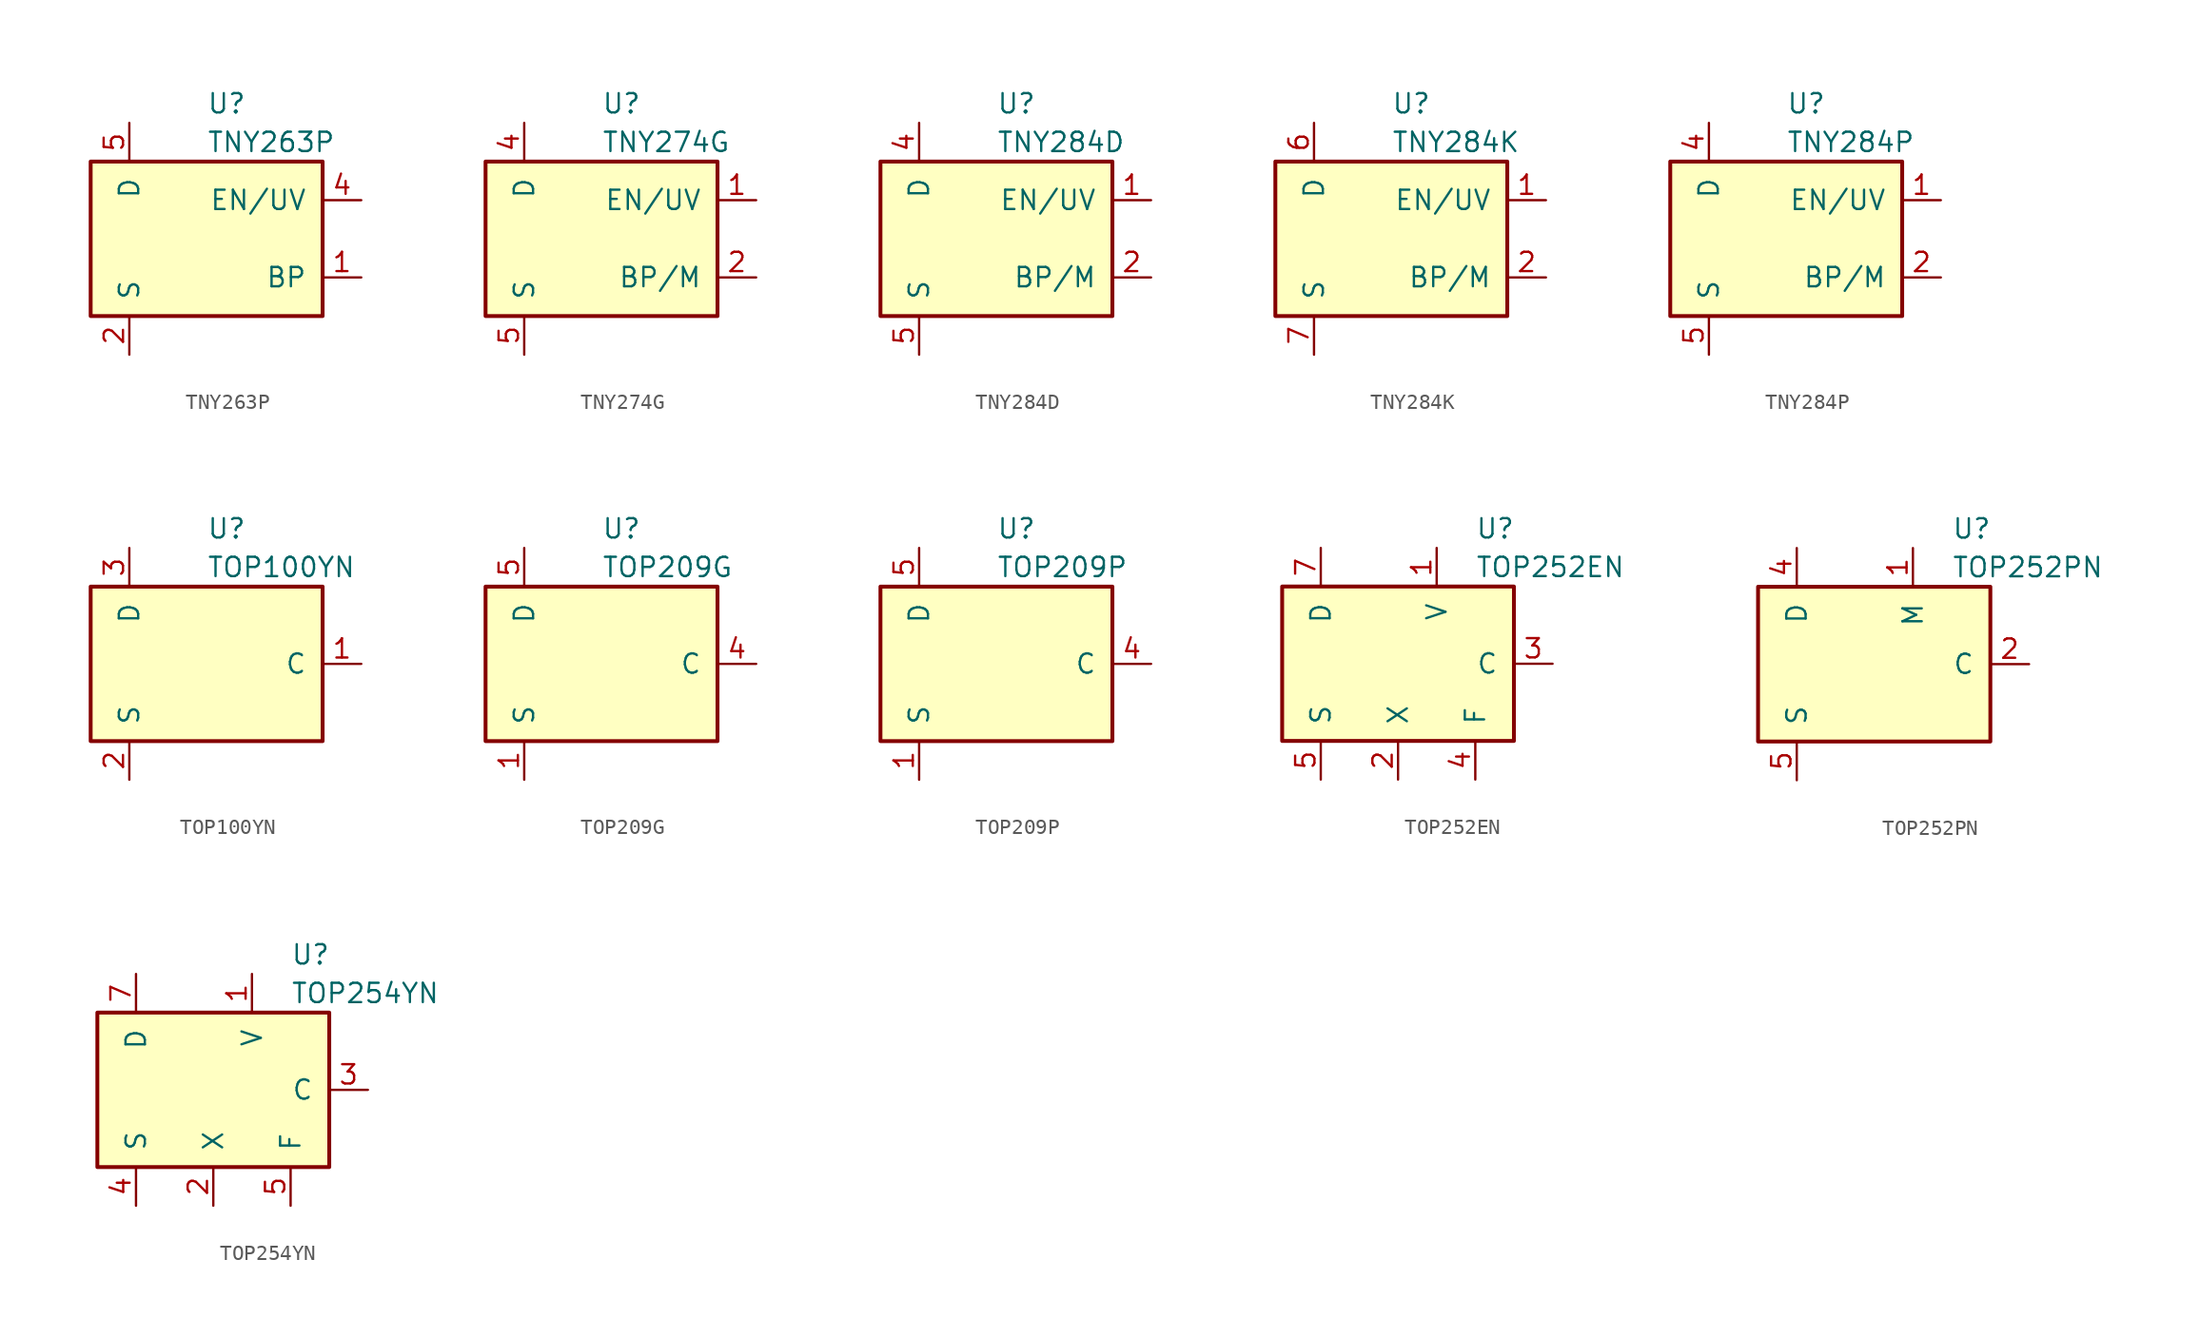
<source format=kicad_sym>
(kicad_symbol_lib
  (version 20201005)
  (generator kicad_symbol_editor)
  (symbol "TNY263P"
    (pin_names
      (offset 1.016))
    (property "Reference" "U"
      (at 0 8.89 0)
      (effects (font (size 1.27 1.27)) (justify left)))
    (property "Value" "TNY263P"
      (at 0 6.35 0)
      (effects (font (size 1.27 1.27)) (justify left)))
    (symbol "TNY263P_0_1"
      (rectangle (start -7.62 5.08) (end 7.62 -5.08) (stroke (width 0.254)) (fill (type background))))
    (symbol "TNY263P_1_1"
      (pin input line (at 10.16 -2.54 180) (length 2.54) (name "BP" (effects (font (size 1.27 1.27)))) (number "1" (effects (font (size 1.27 1.27)))))
      (pin power_in line (at -5.08 -7.62 90) (length 2.54) (name "S" (effects (font (size 1.27 1.27)))) (number "2" (effects (font (size 1.27 1.27)))))
      (pin passive line (at -5.08 -7.62 90) (length 2.54) hide (name "S" (effects (font (size 1.27 1.27)))) (number "3" (effects (font (size 1.27 1.27)))))
      (pin input line (at 10.16 2.54 180) (length 2.54) (name "EN/UV" (effects (font (size 1.27 1.27)))) (number "4" (effects (font (size 1.27 1.27)))))
      (pin open_collector line (at -5.08 7.62 270) (length 2.54) (name "D" (effects (font (size 1.27 1.27)))) (number "5" (effects (font (size 1.27 1.27)))))
      (pin passive line (at -5.08 -7.62 90) (length 2.54) hide (name "S" (effects (font (size 1.27 1.27)))) (number "7" (effects (font (size 1.27 1.27)))))
      (pin passive line (at -5.08 -7.62 90) (length 2.54) hide (name "S" (effects (font (size 1.27 1.27)))) (number "8" (effects (font (size 1.27 1.27)))))))
  (symbol "TNY274G"
    (pin_names
      (offset 1.016))
    (property "Reference" "U"
      (at 0 8.89 0)
      (effects (font (size 1.27 1.27)) (justify left)))
    (property "Value" "TNY274G"
      (at 0 6.35 0)
      (effects (font (size 1.27 1.27)) (justify left)))
    (symbol "TNY274G_0_1"
      (rectangle (start -7.62 5.08) (end 7.62 -5.08) (stroke (width 0.254)) (fill (type background))))
    (symbol "TNY274G_1_1"
      (pin input line (at 10.16 2.54 180) (length 2.54) (name "EN/UV" (effects (font (size 1.27 1.27)))) (number "1" (effects (font (size 1.27 1.27)))))
      (pin input line (at 10.16 -2.54 180) (length 2.54) (name "BP/M" (effects (font (size 1.27 1.27)))) (number "2" (effects (font (size 1.27 1.27)))))
      (pin open_collector line (at -5.08 7.62 270) (length 2.54) (name "D" (effects (font (size 1.27 1.27)))) (number "4" (effects (font (size 1.27 1.27)))))
      (pin power_in line (at -5.08 -7.62 90) (length 2.54) (name "S" (effects (font (size 1.27 1.27)))) (number "5" (effects (font (size 1.27 1.27)))))
      (pin passive line (at -5.08 -7.62 90) (length 2.54) hide (name "S" (effects (font (size 1.27 1.27)))) (number "6" (effects (font (size 1.27 1.27)))))
      (pin passive line (at -5.08 -7.62 90) (length 2.54) hide (name "S" (effects (font (size 1.27 1.27)))) (number "7" (effects (font (size 1.27 1.27)))))
      (pin passive line (at -5.08 -7.62 90) (length 2.54) hide (name "S" (effects (font (size 1.27 1.27)))) (number "8" (effects (font (size 1.27 1.27)))))))
  (symbol "TNY284D"
    (pin_names
      (offset 1.016))
    (property "Reference" "U"
      (at 0 8.89 0)
      (effects (font (size 1.27 1.27)) (justify left)))
    (property "Value" "TNY284D"
      (at 0 6.35 0)
      (effects (font (size 1.27 1.27)) (justify left)))
    (symbol "TNY284D_0_1"
      (rectangle (start -7.62 5.08) (end 7.62 -5.08) (stroke (width 0.254)) (fill (type background))))
    (symbol "TNY284D_1_1"
      (pin input line (at 10.16 2.54 180) (length 2.54) (name "EN/UV" (effects (font (size 1.27 1.27)))) (number "1" (effects (font (size 1.27 1.27)))))
      (pin input line (at 10.16 -2.54 180) (length 2.54) (name "BP/M" (effects (font (size 1.27 1.27)))) (number "2" (effects (font (size 1.27 1.27)))))
      (pin open_collector line (at -5.08 7.62 270) (length 2.54) (name "D" (effects (font (size 1.27 1.27)))) (number "4" (effects (font (size 1.27 1.27)))))
      (pin power_in line (at -5.08 -7.62 90) (length 2.54) (name "S" (effects (font (size 1.27 1.27)))) (number "5" (effects (font (size 1.27 1.27)))))
      (pin passive line (at -5.08 -7.62 90) (length 2.54) hide (name "S" (effects (font (size 1.27 1.27)))) (number "6" (effects (font (size 1.27 1.27)))))
      (pin passive line (at -5.08 -7.62 90) (length 2.54) hide (name "S" (effects (font (size 1.27 1.27)))) (number "7" (effects (font (size 1.27 1.27)))))
      (pin passive line (at -5.08 -7.62 90) (length 2.54) hide (name "S" (effects (font (size 1.27 1.27)))) (number "8" (effects (font (size 1.27 1.27)))))))
  (symbol "TNY284K"
    (pin_names
      (offset 1.016))
    (property "Reference" "U"
      (at 0 8.89 0)
      (effects (font (size 1.27 1.27)) (justify left)))
    (property "Value" "TNY284K"
      (at 0 6.35 0)
      (effects (font (size 1.27 1.27)) (justify left)))
    (symbol "TNY284K_0_1"
      (rectangle (start -7.62 5.08) (end 7.62 -5.08) (stroke (width 0.254)) (fill (type background))))
    (symbol "TNY284K_1_1"
      (pin input line (at 10.16 2.54 180) (length 2.54) (name "EN/UV" (effects (font (size 1.27 1.27)))) (number "1" (effects (font (size 1.27 1.27)))))
      (pin passive line (at -5.08 -7.62 90) (length 2.54) hide (name "S" (effects (font (size 1.27 1.27)))) (number "10" (effects (font (size 1.27 1.27)))))
      (pin passive line (at -5.08 -7.62 90) (length 2.54) hide (name "S" (effects (font (size 1.27 1.27)))) (number "11" (effects (font (size 1.27 1.27)))))
      (pin passive line (at -5.08 -7.62 90) (length 2.54) hide (name "S" (effects (font (size 1.27 1.27)))) (number "12" (effects (font (size 1.27 1.27)))))
      (pin passive line (at -5.08 -7.62 90) (length 2.54) hide (name "S" (effects (font (size 1.27 1.27)))) (number "13" (effects (font (size 1.27 1.27)))))
      (pin input line (at 10.16 -2.54 180) (length 2.54) (name "BP/M" (effects (font (size 1.27 1.27)))) (number "2" (effects (font (size 1.27 1.27)))))
      (pin no_connect line (at -2.54 5.08 270) (length 2.54) hide (name "NC" (effects (font (size 1.27 1.27)))) (number "3" (effects (font (size 1.27 1.27)))))
      (pin no_connect line (at 0 5.08 270) (length 2.54) hide (name "NC" (effects (font (size 1.27 1.27)))) (number "4" (effects (font (size 1.27 1.27)))))
      (pin open_collector line (at -5.08 7.62 270) (length 2.54) (name "D" (effects (font (size 1.27 1.27)))) (number "6" (effects (font (size 1.27 1.27)))))
      (pin power_in line (at -5.08 -7.62 90) (length 2.54) (name "S" (effects (font (size 1.27 1.27)))) (number "7" (effects (font (size 1.27 1.27)))))
      (pin passive line (at -5.08 -7.62 90) (length 2.54) hide (name "S" (effects (font (size 1.27 1.27)))) (number "8" (effects (font (size 1.27 1.27)))))
      (pin passive line (at -5.08 -7.62 90) (length 2.54) hide (name "S" (effects (font (size 1.27 1.27)))) (number "9" (effects (font (size 1.27 1.27)))))))
  (symbol "TNY284P"
    (pin_names
      (offset 1.016))
    (property "Reference" "U"
      (at 0 8.89 0)
      (effects (font (size 1.27 1.27)) (justify left)))
    (property "Value" "TNY284P"
      (at 0 6.35 0)
      (effects (font (size 1.27 1.27)) (justify left)))
    (symbol "TNY284P_0_1"
      (rectangle (start -7.62 5.08) (end 7.62 -5.08) (stroke (width 0.254)) (fill (type background))))
    (symbol "TNY284P_1_1"
      (pin input line (at 10.16 2.54 180) (length 2.54) (name "EN/UV" (effects (font (size 1.27 1.27)))) (number "1" (effects (font (size 1.27 1.27)))))
      (pin input line (at 10.16 -2.54 180) (length 2.54) (name "BP/M" (effects (font (size 1.27 1.27)))) (number "2" (effects (font (size 1.27 1.27)))))
      (pin open_collector line (at -5.08 7.62 270) (length 2.54) (name "D" (effects (font (size 1.27 1.27)))) (number "4" (effects (font (size 1.27 1.27)))))
      (pin power_in line (at -5.08 -7.62 90) (length 2.54) (name "S" (effects (font (size 1.27 1.27)))) (number "5" (effects (font (size 1.27 1.27)))))
      (pin passive line (at -5.08 -7.62 90) (length 2.54) hide (name "S" (effects (font (size 1.27 1.27)))) (number "6" (effects (font (size 1.27 1.27)))))
      (pin passive line (at -5.08 -7.62 90) (length 2.54) hide (name "S" (effects (font (size 1.27 1.27)))) (number "7" (effects (font (size 1.27 1.27)))))
      (pin passive line (at -5.08 -7.62 90) (length 2.54) hide (name "S" (effects (font (size 1.27 1.27)))) (number "8" (effects (font (size 1.27 1.27)))))))
  (symbol "TOP100YN"
    (pin_names
      (offset 1.016))
    (property "Reference" "U"
      (at 0 8.89 0)
      (effects (font (size 1.27 1.27)) (justify left)))
    (property "Value" "TOP100YN"
      (at 0 6.35 0)
      (effects (font (size 1.27 1.27)) (justify left)))
    (symbol "TOP100YN_0_1"
      (rectangle (start -7.62 5.08) (end 7.62 -5.08) (stroke (width 0.254)) (fill (type background))))
    (symbol "TOP100YN_1_1"
      (pin input line (at 10.16 0 180) (length 2.54) (name "C" (effects (font (size 1.27 1.27)))) (number "1" (effects (font (size 1.27 1.27)))))
      (pin power_in line (at -5.08 -7.62 90) (length 2.54) (name "S" (effects (font (size 1.27 1.27)))) (number "2" (effects (font (size 1.27 1.27)))))
      (pin open_collector line (at -5.08 7.62 270) (length 2.54) (name "D" (effects (font (size 1.27 1.27)))) (number "3" (effects (font (size 1.27 1.27)))))))
  (symbol "TOP209G"
    (pin_names
      (offset 1.016))
    (property "Reference" "U"
      (at 0 8.89 0)
      (effects (font (size 1.27 1.27)) (justify left)))
    (property "Value" "TOP209G"
      (at 0 6.35 0)
      (effects (font (size 1.27 1.27)) (justify left)))
    (symbol "TOP209G_0_1"
      (rectangle (start -7.62 5.08) (end 7.62 -5.08) (stroke (width 0.254)) (fill (type background))))
    (symbol "TOP209G_1_1"
      (pin power_in line (at -5.08 -7.62 90) (length 2.54) (name "S" (effects (font (size 1.27 1.27)))) (number "1" (effects (font (size 1.27 1.27)))))
      (pin no_connect line (at -2.54 -5.08 90) (length 2.54) hide (name "NC" (effects (font (size 1.27 1.27)))) (number "2" (effects (font (size 1.27 1.27)))))
      (pin no_connect line (at 0 -5.08 90) (length 2.54) hide (name "NC" (effects (font (size 1.27 1.27)))) (number "3" (effects (font (size 1.27 1.27)))))
      (pin input line (at 10.16 0 180) (length 2.54) (name "C" (effects (font (size 1.27 1.27)))) (number "4" (effects (font (size 1.27 1.27)))))
      (pin open_collector line (at -5.08 7.62 270) (length 2.54) (name "D" (effects (font (size 1.27 1.27)))) (number "5" (effects (font (size 1.27 1.27)))))
      (pin no_connect line (at 2.54 -5.08 90) (length 2.54) hide (name "NC" (effects (font (size 1.27 1.27)))) (number "6" (effects (font (size 1.27 1.27)))))
      (pin no_connect line (at 5.08 -5.08 90) (length 2.54) hide (name "NC" (effects (font (size 1.27 1.27)))) (number "7" (effects (font (size 1.27 1.27)))))
      (pin passive line (at -5.08 -7.62 90) (length 2.54) hide (name "S" (effects (font (size 1.27 1.27)))) (number "8" (effects (font (size 1.27 1.27)))))))
  (symbol "TOP209P"
    (pin_names
      (offset 1.016))
    (property "Reference" "U"
      (at 0 8.89 0)
      (effects (font (size 1.27 1.27)) (justify left)))
    (property "Value" "TOP209P"
      (at 0 6.35 0)
      (effects (font (size 1.27 1.27)) (justify left)))
    (symbol "TOP209P_0_1"
      (rectangle (start -7.62 5.08) (end 7.62 -5.08) (stroke (width 0.254)) (fill (type background))))
    (symbol "TOP209P_1_1"
      (pin power_in line (at -5.08 -7.62 90) (length 2.54) (name "S" (effects (font (size 1.27 1.27)))) (number "1" (effects (font (size 1.27 1.27)))))
      (pin no_connect line (at -2.54 -5.08 90) (length 2.54) hide (name "NC" (effects (font (size 1.27 1.27)))) (number "2" (effects (font (size 1.27 1.27)))))
      (pin no_connect line (at 0 -5.08 90) (length 2.54) hide (name "NC" (effects (font (size 1.27 1.27)))) (number "3" (effects (font (size 1.27 1.27)))))
      (pin input line (at 10.16 0 180) (length 2.54) (name "C" (effects (font (size 1.27 1.27)))) (number "4" (effects (font (size 1.27 1.27)))))
      (pin open_collector line (at -5.08 7.62 270) (length 2.54) (name "D" (effects (font (size 1.27 1.27)))) (number "5" (effects (font (size 1.27 1.27)))))
      (pin no_connect line (at 2.54 -5.08 90) (length 2.54) hide (name "NC" (effects (font (size 1.27 1.27)))) (number "6" (effects (font (size 1.27 1.27)))))
      (pin no_connect line (at 5.08 -5.08 90) (length 2.54) hide (name "NC" (effects (font (size 1.27 1.27)))) (number "7" (effects (font (size 1.27 1.27)))))
      (pin passive line (at -5.08 -7.62 90) (length 2.54) hide (name "S" (effects (font (size 1.27 1.27)))) (number "8" (effects (font (size 1.27 1.27)))))))
  (symbol "TOP252EN"
    (pin_names
      (offset 1.016))
    (property "Reference" "U"
      (at 5.08 8.89 0)
      (effects (font (size 1.27 1.27)) (justify left)))
    (property "Value" "TOP252EN"
      (at 5.08 6.35 0)
      (effects (font (size 1.27 1.27)) (justify left)))
    (symbol "TOP252EN_0_1"
      (rectangle (start -7.62 5.08) (end 7.62 -5.08) (stroke (width 0.254)) (fill (type background))))
    (symbol "TOP252EN_1_1"
      (pin input line (at 2.54 7.62 270) (length 2.54) (name "V" (effects (font (size 1.27 1.27)))) (number "1" (effects (font (size 1.27 1.27)))))
      (pin input line (at 0 -7.62 90) (length 2.54) (name "X" (effects (font (size 1.27 1.27)))) (number "2" (effects (font (size 1.27 1.27)))))
      (pin input line (at 10.16 0 180) (length 2.54) (name "C" (effects (font (size 1.27 1.27)))) (number "3" (effects (font (size 1.27 1.27)))))
      (pin passive line (at 5.08 -7.62 90) (length 2.54) (name "F" (effects (font (size 1.27 1.27)))) (number "4" (effects (font (size 1.27 1.27)))))
      (pin power_in line (at -5.08 -7.62 90) (length 2.54) (name "S" (effects (font (size 1.27 1.27)))) (number "5" (effects (font (size 1.27 1.27)))))
      (pin open_collector line (at -5.08 7.62 270) (length 2.54) (name "D" (effects (font (size 1.27 1.27)))) (number "7" (effects (font (size 1.27 1.27)))))))
  (symbol "TOP252PN"
    (pin_names
      (offset 1.016))
    (property "Reference" "U"
      (at 5.08 8.89 0)
      (effects (font (size 1.27 1.27)) (justify left)))
    (property "Value" "TOP252PN"
      (at 5.08 6.35 0)
      (effects (font (size 1.27 1.27)) (justify left)))
    (symbol "TOP252PN_0_1"
      (rectangle (start -7.62 5.08) (end 7.62 -5.08) (stroke (width 0.254)) (fill (type background))))
    (symbol "TOP252PN_1_1"
      (pin input line (at 2.54 7.62 270) (length 2.54) (name "M" (effects (font (size 1.27 1.27)))) (number "1" (effects (font (size 1.27 1.27)))))
      (pin input line (at 10.16 0 180) (length 2.54) (name "C" (effects (font (size 1.27 1.27)))) (number "2" (effects (font (size 1.27 1.27)))))
      (pin open_collector line (at -5.08 7.62 270) (length 2.54) (name "D" (effects (font (size 1.27 1.27)))) (number "4" (effects (font (size 1.27 1.27)))))
      (pin power_in line (at -5.08 -7.62 90) (length 2.54) (name "S" (effects (font (size 1.27 1.27)))) (number "5" (effects (font (size 1.27 1.27)))))
      (pin passive line (at -5.08 -7.62 90) (length 2.54) hide (name "S" (effects (font (size 1.27 1.27)))) (number "6" (effects (font (size 1.27 1.27)))))
      (pin passive line (at -5.08 -7.62 90) (length 2.54) hide (name "S" (effects (font (size 1.27 1.27)))) (number "7" (effects (font (size 1.27 1.27)))))
      (pin passive line (at -5.08 -7.62 90) (length 2.54) hide (name "S" (effects (font (size 1.27 1.27)))) (number "8" (effects (font (size 1.27 1.27)))))))
  (symbol "TOP254YN"
    (pin_names
      (offset 1.016))
    (property "Reference" "U"
      (at 5.08 8.89 0)
      (effects (font (size 1.27 1.27)) (justify left)))
    (property "Value" "TOP254YN"
      (at 5.08 6.35 0)
      (effects (font (size 1.27 1.27)) (justify left)))
    (symbol "TOP254YN_0_1"
      (rectangle (start -7.62 5.08) (end 7.62 -5.08) (stroke (width 0.254)) (fill (type background))))
    (symbol "TOP254YN_1_1"
      (pin input line (at 2.54 7.62 270) (length 2.54) (name "V" (effects (font (size 1.27 1.27)))) (number "1" (effects (font (size 1.27 1.27)))))
      (pin input line (at 0 -7.62 90) (length 2.54) (name "X" (effects (font (size 1.27 1.27)))) (number "2" (effects (font (size 1.27 1.27)))))
      (pin input line (at 10.16 0 180) (length 2.54) (name "C" (effects (font (size 1.27 1.27)))) (number "3" (effects (font (size 1.27 1.27)))))
      (pin power_in line (at -5.08 -7.62 90) (length 2.54) (name "S" (effects (font (size 1.27 1.27)))) (number "4" (effects (font (size 1.27 1.27)))))
      (pin passive line (at 5.08 -7.62 90) (length 2.54) (name "F" (effects (font (size 1.27 1.27)))) (number "5" (effects (font (size 1.27 1.27)))))
      (pin open_collector line (at -5.08 7.62 270) (length 2.54) (name "D" (effects (font (size 1.27 1.27)))) (number "7" (effects (font (size 1.27 1.27))))))))
</source>
